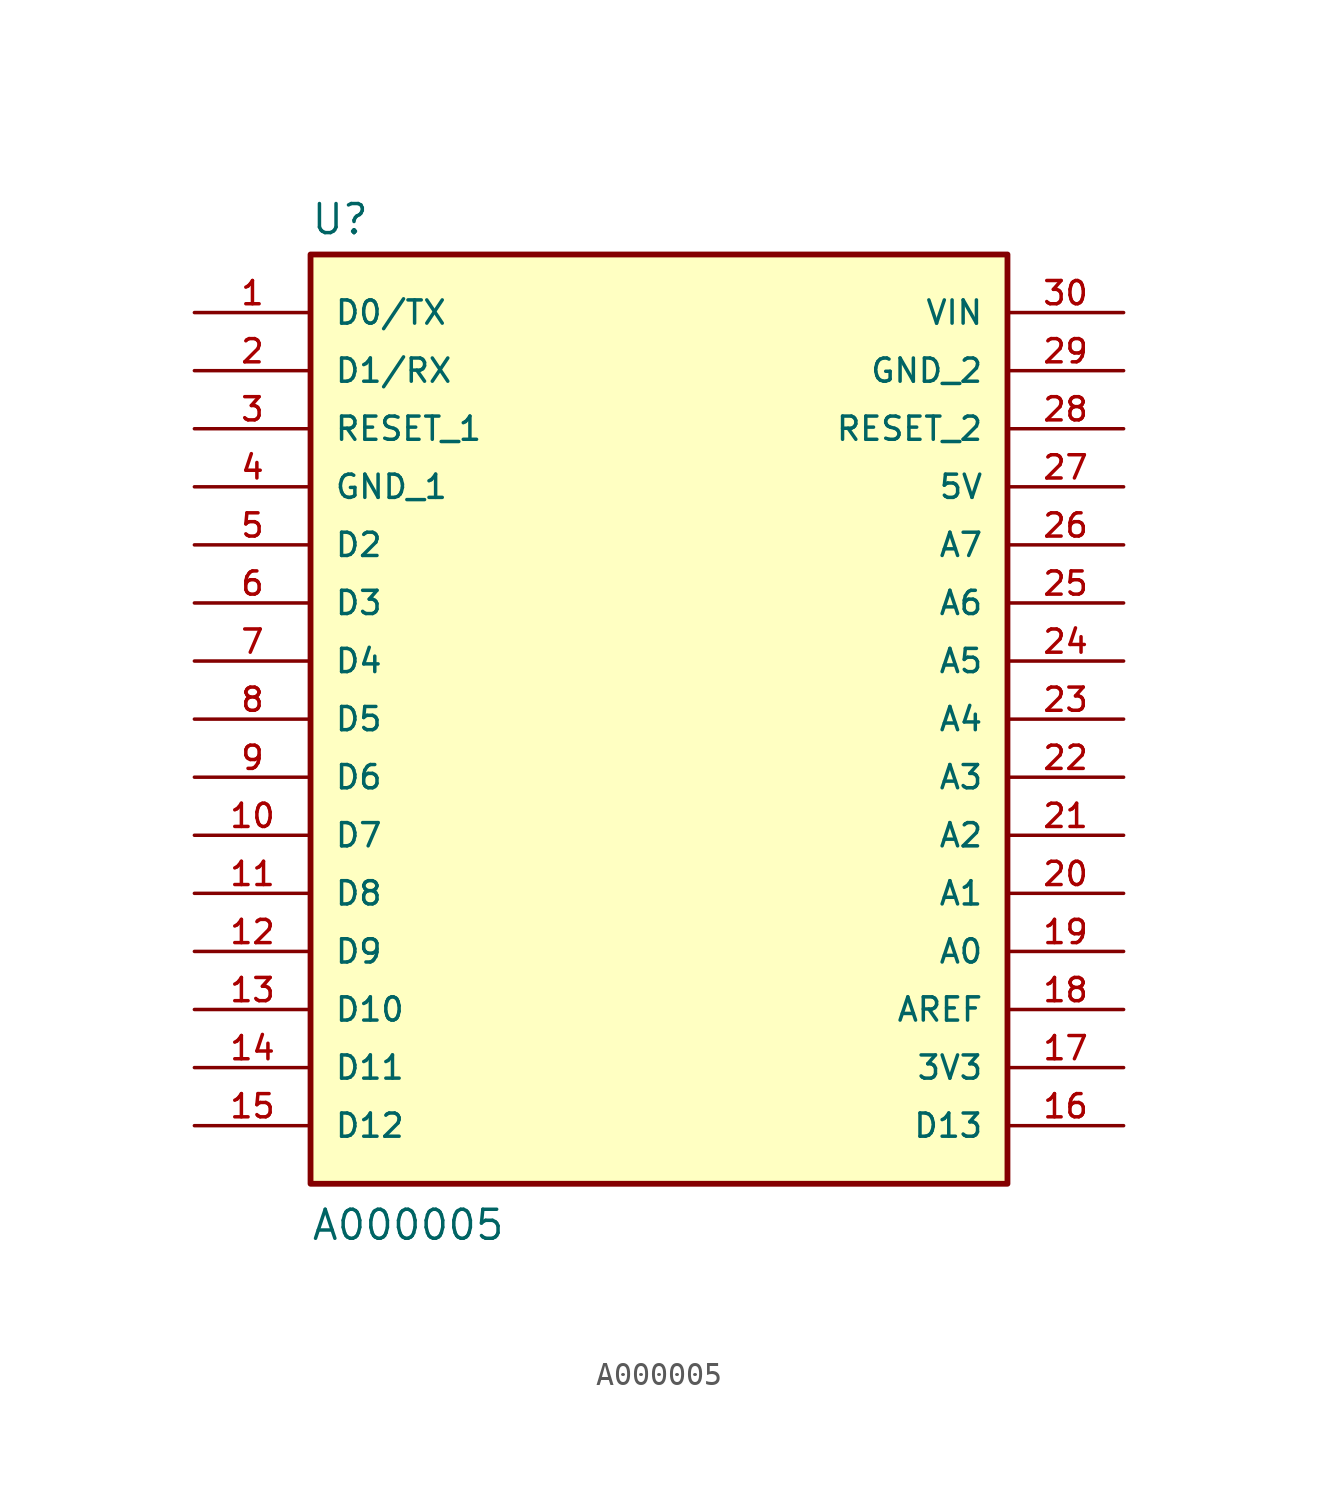
<source format=kicad_sym>
(kicad_symbol_lib
  (version 20211014)
  (generator kicad_symbol_editor)
  (symbol "A000005"
    (pin_names
      (offset 1.016))
    (property "Reference" "U"
      (at -15.253 21.115 0)
      (effects (font (size 1.27 1.27)) (justify bottom left)))
    (property "Value" "A000005"
      (at -15.243 -22.869 0)
      (effects (font (size 1.27 1.27)) (justify bottom left)))
    (symbol "A000005_0_0"
      (rectangle (start -15.24 -20.32) (end 15.24 20.32) (stroke (width 0.254)) (fill (type background)))
      (pin bidirectional line (at -20.32 15.24 0) (length 5.08) (name "D1/RX" (effects (font (size 1.016 1.016)))) (number "2" (effects (font (size 1.016 1.016)))))
      (pin bidirectional line (at -20.32 17.78 0) (length 5.08) (name "D0/TX" (effects (font (size 1.016 1.016)))) (number "1" (effects (font (size 1.016 1.016)))))
      (pin bidirectional line (at -20.32 7.62 0) (length 5.08) (name "D2" (effects (font (size 1.016 1.016)))) (number "5" (effects (font (size 1.016 1.016)))))
      (pin bidirectional line (at -20.32 5.08 0) (length 5.08) (name "D3" (effects (font (size 1.016 1.016)))) (number "6" (effects (font (size 1.016 1.016)))))
      (pin bidirectional line (at -20.32 2.54 0) (length 5.08) (name "D4" (effects (font (size 1.016 1.016)))) (number "7" (effects (font (size 1.016 1.016)))))
      (pin bidirectional line (at -20.32 0.0 0) (length 5.08) (name "D5" (effects (font (size 1.016 1.016)))) (number "8" (effects (font (size 1.016 1.016)))))
      (pin bidirectional line (at -20.32 -2.54 0) (length 5.08) (name "D6" (effects (font (size 1.016 1.016)))) (number "9" (effects (font (size 1.016 1.016)))))
      (pin bidirectional line (at -20.32 -5.08 0) (length 5.08) (name "D7" (effects (font (size 1.016 1.016)))) (number "10" (effects (font (size 1.016 1.016)))))
      (pin bidirectional line (at -20.32 -7.62 0) (length 5.08) (name "D8" (effects (font (size 1.016 1.016)))) (number "11" (effects (font (size 1.016 1.016)))))
      (pin bidirectional line (at -20.32 -10.16 0) (length 5.08) (name "D9" (effects (font (size 1.016 1.016)))) (number "12" (effects (font (size 1.016 1.016)))))
      (pin bidirectional line (at -20.32 -12.7 0) (length 5.08) (name "D10" (effects (font (size 1.016 1.016)))) (number "13" (effects (font (size 1.016 1.016)))))
      (pin bidirectional line (at -20.32 -15.24 0) (length 5.08) (name "D11" (effects (font (size 1.016 1.016)))) (number "14" (effects (font (size 1.016 1.016)))))
      (pin bidirectional line (at -20.32 -17.78 0) (length 5.08) (name "D12" (effects (font (size 1.016 1.016)))) (number "15" (effects (font (size 1.016 1.016)))))
      (pin bidirectional line (at 20.32 -17.78 180.0) (length 5.08) (name "D13" (effects (font (size 1.016 1.016)))) (number "16" (effects (font (size 1.016 1.016)))))
      (pin input line (at 20.32 7.62 180.0) (length 5.08) (name "A7" (effects (font (size 1.016 1.016)))) (number "26" (effects (font (size 1.016 1.016)))))
      (pin input line (at 20.32 5.08 180.0) (length 5.08) (name "A6" (effects (font (size 1.016 1.016)))) (number "25" (effects (font (size 1.016 1.016)))))
      (pin input line (at 20.32 2.54 180.0) (length 5.08) (name "A5" (effects (font (size 1.016 1.016)))) (number "24" (effects (font (size 1.016 1.016)))))
      (pin input line (at 20.32 0.0 180.0) (length 5.08) (name "A4" (effects (font (size 1.016 1.016)))) (number "23" (effects (font (size 1.016 1.016)))))
      (pin input line (at 20.32 -2.54 180.0) (length 5.08) (name "A3" (effects (font (size 1.016 1.016)))) (number "22" (effects (font (size 1.016 1.016)))))
      (pin input line (at 20.32 -5.08 180.0) (length 5.08) (name "A2" (effects (font (size 1.016 1.016)))) (number "21" (effects (font (size 1.016 1.016)))))
      (pin input line (at 20.32 -7.62 180.0) (length 5.08) (name "A1" (effects (font (size 1.016 1.016)))) (number "20" (effects (font (size 1.016 1.016)))))
      (pin input line (at 20.32 -10.16 180.0) (length 5.08) (name "A0" (effects (font (size 1.016 1.016)))) (number "19" (effects (font (size 1.016 1.016)))))
      (pin input line (at 20.32 -12.7 180.0) (length 5.08) (name "AREF" (effects (font (size 1.016 1.016)))) (number "18" (effects (font (size 1.016 1.016)))))
      (pin input line (at -20.32 12.7 0) (length 5.08) (name "RESET_1" (effects (font (size 1.016 1.016)))) (number "3" (effects (font (size 1.016 1.016)))))
      (pin power_in line (at 20.32 17.78 180.0) (length 5.08) (name "VIN" (effects (font (size 1.016 1.016)))) (number "30" (effects (font (size 1.016 1.016)))))
      (pin power_in line (at 20.32 15.24 180.0) (length 5.08) (name "GND_2" (effects (font (size 1.016 1.016)))) (number "29" (effects (font (size 1.016 1.016)))))
      (pin power_in line (at 20.32 -15.24 180.0) (length 5.08) (name "3V3" (effects (font (size 1.016 1.016)))) (number "17" (effects (font (size 1.016 1.016)))))
      (pin power_in line (at 20.32 10.16 180.0) (length 5.08) (name "5V" (effects (font (size 1.016 1.016)))) (number "27" (effects (font (size 1.016 1.016)))))
      (pin power_in line (at -20.32 10.16 0) (length 5.08) (name "GND_1" (effects (font (size 1.016 1.016)))) (number "4" (effects (font (size 1.016 1.016)))))
      (pin input line (at 20.32 12.7 180.0) (length 5.08) (name "RESET_2" (effects (font (size 1.016 1.016)))) (number "28" (effects (font (size 1.016 1.016))))))))
</source>
